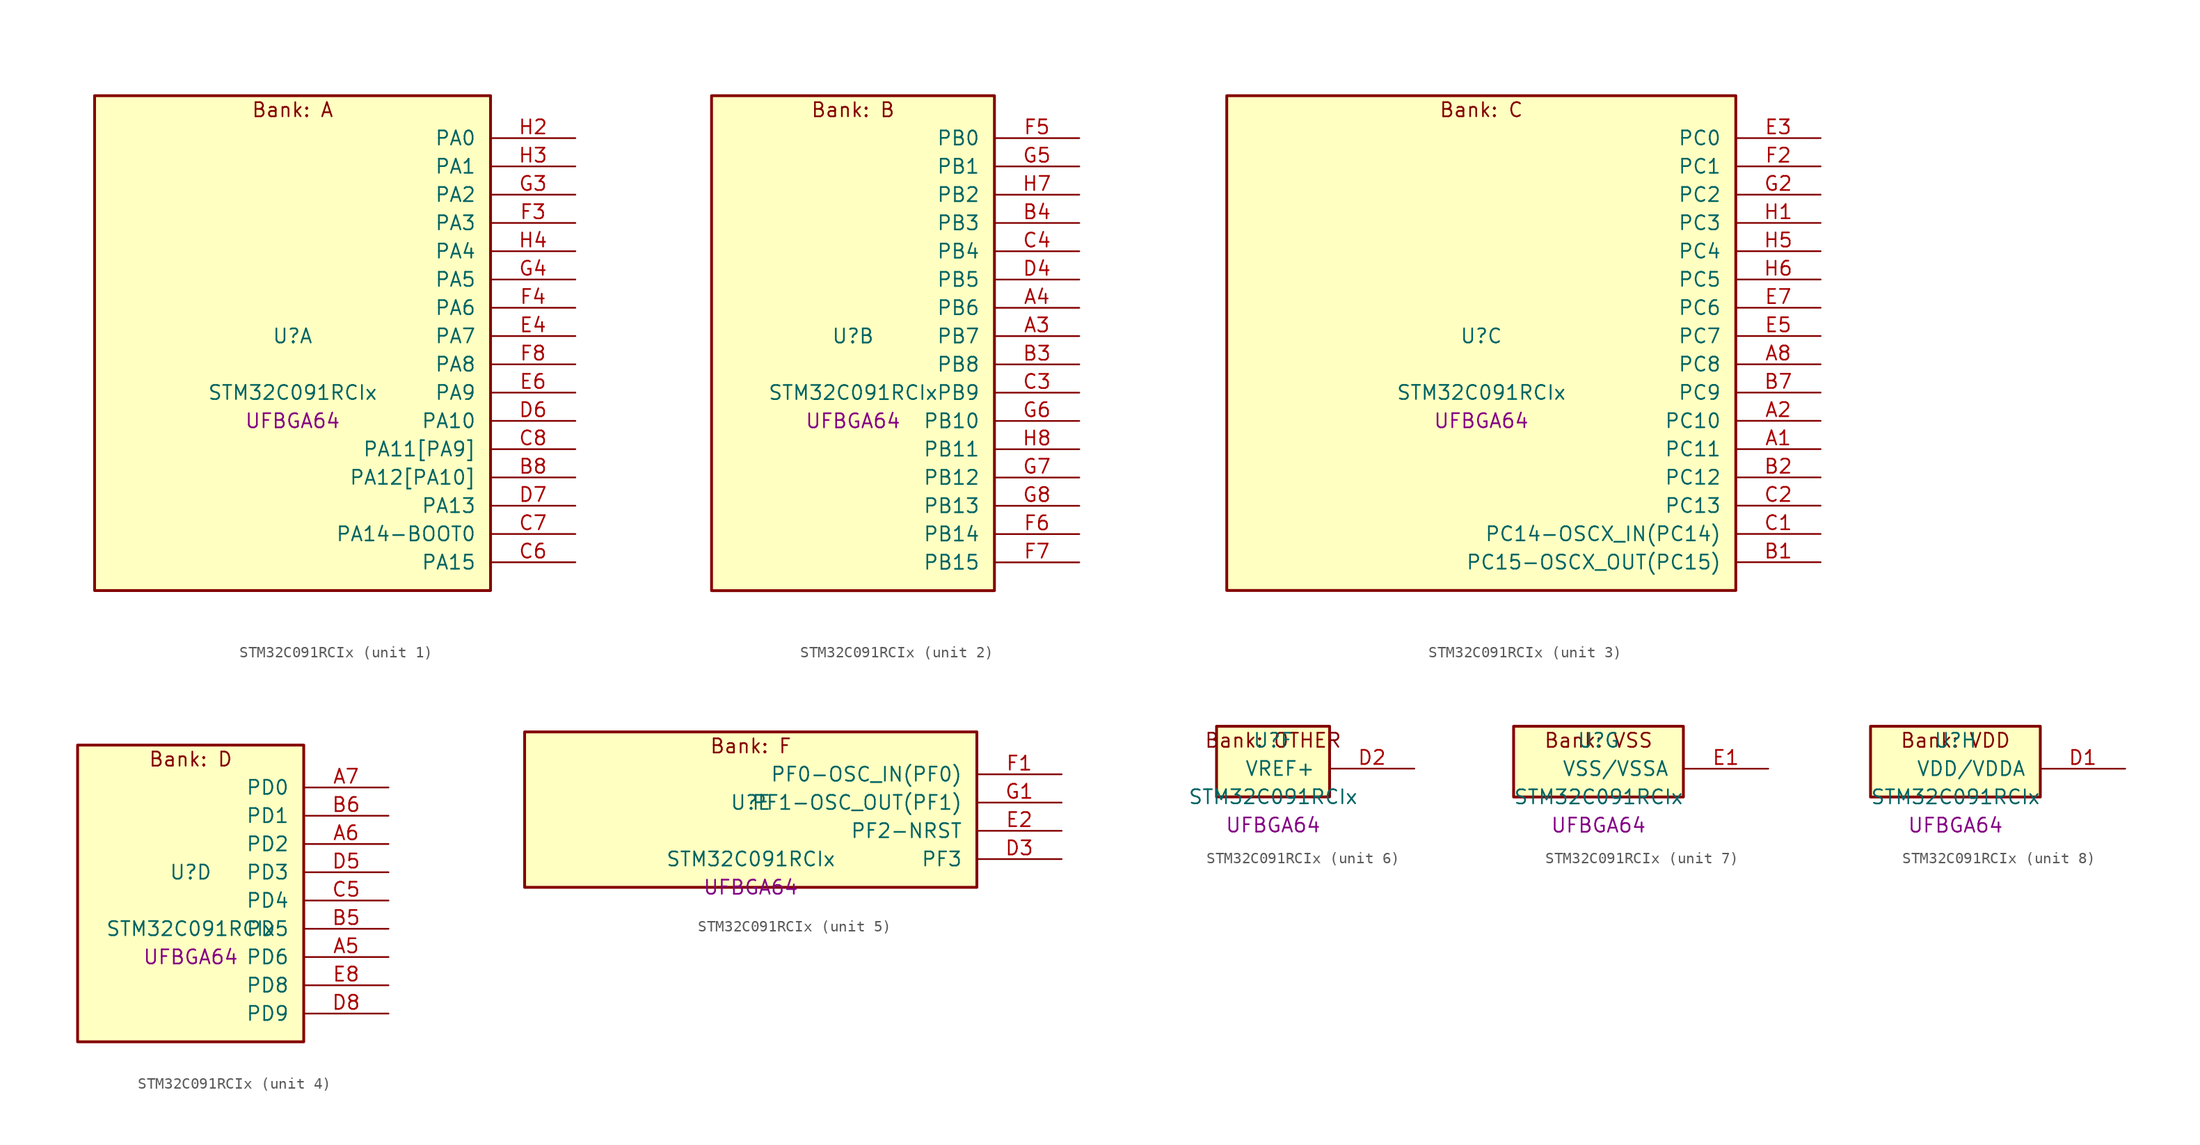
<source format=kicad_sym>
(kicad_symbol_lib
  (version 20241209)
  (generator "stm32_pkl_generator")
  (generator_version "1.0")
  (symbol "STM32C091RCIx"
    (pin_names
      (offset 1.27))
    (property "Reference" "U"
      (at 0 2.54 0))
    (property "Value" "STM32C091RCIx"
      (at 0 -2.54 0))
    (property "Footprint" "UFBGA64"
      (at 0 -5.08 0))
    (symbol "STM32C091RCIx_1_1"
      (rectangle (start -17.78 24.13) (end 17.78 -20.32) (stroke (width 0.254) (type solid)) (fill (type background)))
      (text "Bank: A" (at 0 22.86 0))
      (pin bidirectional line (at 25.4 20.32 180) (length 7.62) (name "PA0") (number "H2") (alternate "PA0/ADC1_IN0" bidirectional line) (alternate "PA0/PWR_WKUP1" bidirectional line) (alternate "PA0/SPI2_SCK" bidirectional line) (alternate "PA0/TIM16_CH1" bidirectional line) (alternate "PA0/TIM1_CH1" bidirectional line) (alternate "PA0/TIM2_CH1" bidirectional line) (alternate "PA0/TIM2_ETR" bidirectional line) (alternate "PA0/USART1_TX" bidirectional line) (alternate "PA0/USART2_CTS" bidirectional line) (alternate "PA0/USART2_NSS" bidirectional line) (alternate "PA0/USART4_TX" bidirectional line))
      (pin bidirectional line (at 25.4 17.78 180) (length 7.62) (name "PA1") (number "H3") (alternate "PA1/ADC1_IN1" bidirectional line) (alternate "PA1/I2C1_SMBA" bidirectional line) (alternate "PA1/I2S1_CK" bidirectional line) (alternate "PA1/SPI1_SCK" bidirectional line) (alternate "PA1/TIM15_CH1N" bidirectional line) (alternate "PA1/TIM17_CH1" bidirectional line) (alternate "PA1/TIM1_CH2" bidirectional line) (alternate "PA1/TIM2_CH2" bidirectional line) (alternate "PA1/USART1_RX" bidirectional line) (alternate "PA1/USART2_CK" bidirectional line) (alternate "PA1/USART2_DE" bidirectional line) (alternate "PA1/USART2_RTS" bidirectional line) (alternate "PA1/USART4_RX" bidirectional line))
      (pin bidirectional line (at 25.4 15.24 180) (length 7.62) (name "PA2") (number "G3") (alternate "PA2/ADC1_IN2" bidirectional line) (alternate "PA2/I2S1_SD" bidirectional line) (alternate "PA2/PWR_WKUP4" bidirectional line) (alternate "PA2/RCC_LSCO" bidirectional line) (alternate "PA2/SPI1_MOSI" bidirectional line) (alternate "PA2/TIM15_CH1" bidirectional line) (alternate "PA2/TIM16_CH1N" bidirectional line) (alternate "PA2/TIM1_CH3" bidirectional line) (alternate "PA2/TIM2_CH3" bidirectional line) (alternate "PA2/TIM3_ETR" bidirectional line) (alternate "PA2/USART2_TX" bidirectional line))
      (pin bidirectional line (at 25.4 12.7 180) (length 7.62) (name "PA3") (number "F3") (alternate "PA3/ADC1_IN3" bidirectional line) (alternate "PA3/SPI2_MISO" bidirectional line) (alternate "PA3/TIM15_CH2" bidirectional line) (alternate "PA3/TIM1_CH1N" bidirectional line) (alternate "PA3/TIM1_CH4" bidirectional line) (alternate "PA3/TIM2_CH4" bidirectional line) (alternate "PA3/USART2_RX" bidirectional line))
      (pin bidirectional line (at 25.4 10.16 180) (length 7.62) (name "PA4") (number "H4") (alternate "PA4/ADC1_IN4" bidirectional line) (alternate "PA4/I2S1_WS" bidirectional line) (alternate "PA4/RTC_OUT2" bidirectional line) (alternate "PA4/SPI1_NSS" bidirectional line) (alternate "PA4/SPI2_MOSI" bidirectional line) (alternate "PA4/TIM14_CH1" bidirectional line) (alternate "PA4/TIM17_CH1N" bidirectional line) (alternate "PA4/TIM1_CH2N" bidirectional line) (alternate "PA4/USART2_TX" bidirectional line))
      (pin bidirectional line (at 25.4 7.62 180) (length 7.62) (name "PA5") (number "G4") (alternate "PA5/ADC1_IN5" bidirectional line) (alternate "PA5/I2S1_CK" bidirectional line) (alternate "PA5/SPI1_SCK" bidirectional line) (alternate "PA5/TIM1_CH1" bidirectional line) (alternate "PA5/TIM1_CH3N" bidirectional line) (alternate "PA5/TIM2_CH1" bidirectional line) (alternate "PA5/TIM2_ETR" bidirectional line) (alternate "PA5/USART2_RX" bidirectional line) (alternate "PA5/USART3_TX" bidirectional line))
      (pin bidirectional line (at 25.4 5.08 180) (length 7.62) (name "PA6") (number "F4") (alternate "PA6/ADC1_IN6" bidirectional line) (alternate "PA6/I2C2_SDA" bidirectional line) (alternate "PA6/I2S1_MCK" bidirectional line) (alternate "PA6/SPI1_MISO" bidirectional line) (alternate "PA6/TIM16_CH1" bidirectional line) (alternate "PA6/TIM1_BKIN" bidirectional line) (alternate "PA6/TIM3_CH1" bidirectional line) (alternate "PA6/USART3_CTS" bidirectional line) (alternate "PA6/USART3_NSS" bidirectional line))
      (pin bidirectional line (at 25.4 2.54 180) (length 7.62) (name "PA7") (number "E4") (alternate "PA7/ADC1_IN7" bidirectional line) (alternate "PA7/I2C2_SCL" bidirectional line) (alternate "PA7/I2S1_SD" bidirectional line) (alternate "PA7/SPI1_MOSI" bidirectional line) (alternate "PA7/TIM14_CH1" bidirectional line) (alternate "PA7/TIM17_CH1" bidirectional line) (alternate "PA7/TIM1_CH1N" bidirectional line) (alternate "PA7/TIM3_CH2" bidirectional line))
      (pin bidirectional line (at 25.4 0 180) (length 7.62) (name "PA8") (number "F8") (alternate "PA8/ADC1_IN8" bidirectional line) (alternate "PA8/I2S1_WS" bidirectional line) (alternate "PA8/RCC_MCO" bidirectional line) (alternate "PA8/RCC_MCO_2" bidirectional line) (alternate "PA8/SPI1_NSS" bidirectional line) (alternate "PA8/SPI2_MISO" bidirectional line) (alternate "PA8/SPI2_NSS" bidirectional line) (alternate "PA8/TIM14_CH1" bidirectional line) (alternate "PA8/TIM1_CH1" bidirectional line) (alternate "PA8/TIM1_CH2N" bidirectional line) (alternate "PA8/TIM1_CH3N" bidirectional line) (alternate "PA8/TIM3_CH3" bidirectional line) (alternate "PA8/TIM3_CH4" bidirectional line) (alternate "PA8/USART1_RX" bidirectional line) (alternate "PA8/USART2_TX" bidirectional line))
      (pin bidirectional line (at 25.4 -2.54 180) (length 7.62) (name "PA9") (number "E6") (alternate "PA9/I2C1_SCL" bidirectional line) (alternate "PA9/I2C2_SCL" bidirectional line) (alternate "PA9/RCC_MCO" bidirectional line) (alternate "PA9/SPI2_MISO" bidirectional line) (alternate "PA9/TIM15_BKIN" bidirectional line) (alternate "PA9/TIM1_CH2" bidirectional line) (alternate "PA9/TIM3_ETR" bidirectional line) (alternate "PA9/USART1_TX" bidirectional line) (alternate "PA9/NC" bidirectional line))
      (pin bidirectional line (at 25.4 -5.08 180) (length 7.62) (name "PA10") (number "D6") (alternate "PA10/I2C1_SDA" bidirectional line) (alternate "PA10/I2C2_SDA" bidirectional line) (alternate "PA10/RCC_MCO_2" bidirectional line) (alternate "PA10/SPI2_MOSI" bidirectional line) (alternate "PA10/TIM17_BKIN" bidirectional line) (alternate "PA10/TIM1_CH3" bidirectional line) (alternate "PA10/USART1_RX" bidirectional line) (alternate "PA10/NC" bidirectional line))
      (pin bidirectional line (at 25.4 -7.62 180) (length 7.62) (name "PA11[PA9]") (number "C8") (alternate "PA11[PA9]/ADC1_EXTI11" bidirectional line) (alternate "PA11[PA9]/I2C2_SCL" bidirectional line) (alternate "PA11[PA9]/I2S1_MCK" bidirectional line) (alternate "PA11[PA9]/SPI1_MISO" bidirectional line) (alternate "PA11[PA9]/TIM1_BKIN2" bidirectional line) (alternate "PA11[PA9]/TIM1_CH4" bidirectional line) (alternate "PA11[PA9]/USART1_CTS" bidirectional line) (alternate "PA11[PA9]/USART1_NSS" bidirectional line) (alternate "PA11[PA9]/PA9[PA11]" bidirectional line) (alternate "PA11[PA9]/I2C1_SCL" bidirectional line) (alternate "PA11[PA9]/RCC_MCO" bidirectional line) (alternate "PA11[PA9]/SPI2_MISO" bidirectional line) (alternate "PA11[PA9]/TIM15_BKIN" bidirectional line) (alternate "PA11[PA9]/TIM1_CH2" bidirectional line) (alternate "PA11[PA9]/TIM3_ETR" bidirectional line) (alternate "PA11[PA9]/USART1_TX" bidirectional line))
      (pin bidirectional line (at 25.4 -10.16 180) (length 7.62) (name "PA12[PA10]") (number "B8") (alternate "PA12[PA10]/I2C2_SDA" bidirectional line) (alternate "PA12[PA10]/I2S1_SD" bidirectional line) (alternate "PA12[PA10]/I2S_CKIN" bidirectional line) (alternate "PA12[PA10]/SPI1_MOSI" bidirectional line) (alternate "PA12[PA10]/TIM1_ETR" bidirectional line) (alternate "PA12[PA10]/USART1_CK" bidirectional line) (alternate "PA12[PA10]/USART1_DE" bidirectional line) (alternate "PA12[PA10]/USART1_RTS" bidirectional line) (alternate "PA12[PA10]/PA10[PA12]" bidirectional line) (alternate "PA12[PA10]/I2C1_SDA" bidirectional line) (alternate "PA12[PA10]/RCC_MCO_2" bidirectional line) (alternate "PA12[PA10]/SPI2_MOSI" bidirectional line) (alternate "PA12[PA10]/TIM17_BKIN" bidirectional line) (alternate "PA12[PA10]/TIM1_CH3" bidirectional line) (alternate "PA12[PA10]/USART1_RX" bidirectional line))
      (pin bidirectional line (at 25.4 -12.7 180) (length 7.62) (name "PA13") (number "D7") (alternate "PA13/ADC1_IN13" bidirectional line) (alternate "PA13/DEBUG_SWDIO" bidirectional line) (alternate "PA13/IR_OUT" bidirectional line) (alternate "PA13/TIM3_ETR" bidirectional line) (alternate "PA13/USART2_RX" bidirectional line))
      (pin bidirectional line (at 25.4 -15.24 180) (length 7.62) (name "PA14-BOOT0") (number "C7") (alternate "PA14-BOOT0/ADC1_IN14" bidirectional line) (alternate "PA14-BOOT0/BOOT0" bidirectional line) (alternate "PA14-BOOT0/DEBUG_SWCLK" bidirectional line) (alternate "PA14-BOOT0/I2S1_WS" bidirectional line) (alternate "PA14-BOOT0/RCC_MCO_2" bidirectional line) (alternate "PA14-BOOT0/SPI1_NSS" bidirectional line) (alternate "PA14-BOOT0/TIM1_CH1" bidirectional line) (alternate "PA14-BOOT0/USART1_CK" bidirectional line) (alternate "PA14-BOOT0/USART1_DE" bidirectional line) (alternate "PA14-BOOT0/USART1_RTS" bidirectional line) (alternate "PA14-BOOT0/USART2_RX" bidirectional line) (alternate "PA14-BOOT0/USART2_TX" bidirectional line))
      (pin bidirectional line (at 25.4 -17.78 180) (length 7.62) (name "PA15") (number "C6") (alternate "PA15/I2S1_WS" bidirectional line) (alternate "PA15/RCC_MCO_2" bidirectional line) (alternate "PA15/SPI1_NSS" bidirectional line) (alternate "PA15/TIM1_CH1" bidirectional line) (alternate "PA15/TIM2_CH1" bidirectional line) (alternate "PA15/TIM2_ETR" bidirectional line) (alternate "PA15/USART1_CK" bidirectional line) (alternate "PA15/USART1_DE" bidirectional line) (alternate "PA15/USART1_RTS" bidirectional line) (alternate "PA15/USART2_RX" bidirectional line) (alternate "PA15/USART3_CK" bidirectional line) (alternate "PA15/USART3_DE" bidirectional line) (alternate "PA15/USART3_RTS" bidirectional line) (alternate "PA15/USART4_CK" bidirectional line) (alternate "PA15/USART4_DE" bidirectional line) (alternate "PA15/USART4_RTS" bidirectional line)))
    (symbol "STM32C091RCIx_2_1"
      (rectangle (start -12.7 24.13) (end 12.7 -20.32) (stroke (width 0.254) (type solid)) (fill (type background)))
      (text "Bank: B" (at 0 22.86 0))
      (pin bidirectional line (at 20.32 20.32 180) (length 7.62) (name "PB0") (number "F5") (alternate "PB0/ADC1_IN17" bidirectional line) (alternate "PB0/I2S1_WS" bidirectional line) (alternate "PB0/SPI1_NSS" bidirectional line) (alternate "PB0/TIM1_CH2N" bidirectional line) (alternate "PB0/TIM3_CH3" bidirectional line) (alternate "PB0/USART3_RX" bidirectional line))
      (pin bidirectional line (at 20.32 17.78 180) (length 7.62) (name "PB1") (number "G5") (alternate "PB1/ADC1_IN18" bidirectional line) (alternate "PB1/TIM14_CH1" bidirectional line) (alternate "PB1/TIM1_CH2N" bidirectional line) (alternate "PB1/TIM1_CH3N" bidirectional line) (alternate "PB1/TIM3_CH4" bidirectional line) (alternate "PB1/USART3_CK" bidirectional line) (alternate "PB1/USART3_DE" bidirectional line) (alternate "PB1/USART3_RTS" bidirectional line))
      (pin bidirectional line (at 20.32 15.24 180) (length 7.62) (name "PB2") (number "H7") (alternate "PB2/ADC1_IN19" bidirectional line) (alternate "PB2/RCC_MCO_2" bidirectional line) (alternate "PB2/SPI2_MISO" bidirectional line) (alternate "PB2/USART1_RX" bidirectional line) (alternate "PB2/USART3_TX" bidirectional line))
      (pin bidirectional line (at 20.32 12.7 180) (length 7.62) (name "PB3") (number "B4") (alternate "PB3/I2C2_SCL" bidirectional line) (alternate "PB3/I2S1_CK" bidirectional line) (alternate "PB3/SPI1_SCK" bidirectional line) (alternate "PB3/TIM1_CH2" bidirectional line) (alternate "PB3/TIM2_CH2" bidirectional line) (alternate "PB3/TIM3_CH2" bidirectional line) (alternate "PB3/USART1_CK" bidirectional line) (alternate "PB3/USART1_DE" bidirectional line) (alternate "PB3/USART1_RTS" bidirectional line))
      (pin bidirectional line (at 20.32 10.16 180) (length 7.62) (name "PB4") (number "C4") (alternate "PB4/I2C2_SDA" bidirectional line) (alternate "PB4/I2S1_MCK" bidirectional line) (alternate "PB4/SPI1_MISO" bidirectional line) (alternate "PB4/TIM17_BKIN" bidirectional line) (alternate "PB4/TIM3_CH1" bidirectional line) (alternate "PB4/USART1_CTS" bidirectional line) (alternate "PB4/USART1_NSS" bidirectional line))
      (pin bidirectional line (at 20.32 7.62 180) (length 7.62) (name "PB5") (number "D4") (alternate "PB5/I2C1_SMBA" bidirectional line) (alternate "PB5/I2S1_SD" bidirectional line) (alternate "PB5/PWR_WKUP6" bidirectional line) (alternate "PB5/SPI1_MOSI" bidirectional line) (alternate "PB5/TIM16_BKIN" bidirectional line) (alternate "PB5/TIM3_CH2" bidirectional line) (alternate "PB5/TIM3_CH3" bidirectional line))
      (pin bidirectional line (at 20.32 5.08 180) (length 7.62) (name "PB6") (number "A4") (alternate "PB6/I2C1_SCL" bidirectional line) (alternate "PB6/I2C1_SMBA" bidirectional line) (alternate "PB6/I2S1_CK" bidirectional line) (alternate "PB6/I2S1_MCK" bidirectional line) (alternate "PB6/I2S1_SD" bidirectional line) (alternate "PB6/PWR_WKUP3" bidirectional line) (alternate "PB6/SPI1_MISO" bidirectional line) (alternate "PB6/SPI1_MOSI" bidirectional line) (alternate "PB6/SPI1_SCK" bidirectional line) (alternate "PB6/SPI2_MISO" bidirectional line) (alternate "PB6/TIM16_BKIN" bidirectional line) (alternate "PB6/TIM16_CH1N" bidirectional line) (alternate "PB6/TIM1_CH2" bidirectional line) (alternate "PB6/TIM1_CH3" bidirectional line) (alternate "PB6/TIM3_CH1" bidirectional line) (alternate "PB6/TIM3_CH2" bidirectional line) (alternate "PB6/TIM3_CH3" bidirectional line) (alternate "PB6/USART1_CTS" bidirectional line) (alternate "PB6/USART1_NSS" bidirectional line) (alternate "PB6/USART1_TX" bidirectional line))
      (pin bidirectional line (at 20.32 2.54 180) (length 7.62) (name "PB7") (number "A3") (alternate "PB7/I2C1_SCL" bidirectional line) (alternate "PB7/I2C1_SDA" bidirectional line) (alternate "PB7/SPI2_MOSI" bidirectional line) (alternate "PB7/TIM16_CH1" bidirectional line) (alternate "PB7/TIM17_CH1N" bidirectional line) (alternate "PB7/TIM1_CH4" bidirectional line) (alternate "PB7/TIM3_CH1" bidirectional line) (alternate "PB7/TIM3_CH4" bidirectional line) (alternate "PB7/USART1_RX" bidirectional line) (alternate "PB7/USART2_CTS" bidirectional line) (alternate "PB7/USART2_NSS" bidirectional line) (alternate "PB7/USART4_CTS" bidirectional line) (alternate "PB7/USART4_NSS" bidirectional line))
      (pin bidirectional line (at 20.32 0 180) (length 7.62) (name "PB8") (number "B3") (alternate "PB8/I2C1_SCL" bidirectional line) (alternate "PB8/SPI2_SCK" bidirectional line) (alternate "PB8/TIM15_BKIN" bidirectional line) (alternate "PB8/TIM16_CH1" bidirectional line) (alternate "PB8/TIM3_CH1" bidirectional line) (alternate "PB8/USART2_CTS" bidirectional line) (alternate "PB8/USART2_NSS" bidirectional line) (alternate "PB8/USART3_TX" bidirectional line))
      (pin bidirectional line (at 20.32 -2.54 180) (length 7.62) (name "PB9") (number "C3") (alternate "PB9/I2C1_SDA" bidirectional line) (alternate "PB9/IR_OUT" bidirectional line) (alternate "PB9/SPI2_NSS" bidirectional line) (alternate "PB9/TIM17_CH1" bidirectional line) (alternate "PB9/TIM3_CH2" bidirectional line) (alternate "PB9/USART2_CK" bidirectional line) (alternate "PB9/USART2_DE" bidirectional line) (alternate "PB9/USART2_RTS" bidirectional line) (alternate "PB9/USART3_RX" bidirectional line))
      (pin bidirectional line (at 20.32 -5.08 180) (length 7.62) (name "PB10") (number "G6") (alternate "PB10/ADC1_IN20" bidirectional line) (alternate "PB10/I2C2_SCL" bidirectional line) (alternate "PB10/SPI2_SCK" bidirectional line) (alternate "PB10/TIM2_CH3" bidirectional line) (alternate "PB10/USART3_TX" bidirectional line))
      (pin bidirectional line (at 20.32 -7.62 180) (length 7.62) (name "PB11") (number "H8") (alternate "PB11/ADC1_EXTI11" bidirectional line) (alternate "PB11/ADC1_IN21" bidirectional line) (alternate "PB11/I2C2_SDA" bidirectional line) (alternate "PB11/SPI2_MOSI" bidirectional line) (alternate "PB11/TIM2_CH4" bidirectional line) (alternate "PB11/USART3_RX" bidirectional line))
      (pin bidirectional line (at 20.32 -10.16 180) (length 7.62) (name "PB12") (number "G7") (alternate "PB12/ADC1_IN22" bidirectional line) (alternate "PB12/SPI2_NSS" bidirectional line) (alternate "PB12/TIM15_BKIN" bidirectional line) (alternate "PB12/TIM1_BKIN" bidirectional line) (alternate "PB12/TIM1_BKIN2" bidirectional line))
      (pin bidirectional line (at 20.32 -12.7 180) (length 7.62) (name "PB13") (number "G8") (alternate "PB13/I2C2_SCL" bidirectional line) (alternate "PB13/SPI2_SCK" bidirectional line) (alternate "PB13/TIM15_CH1N" bidirectional line) (alternate "PB13/TIM1_CH1N" bidirectional line) (alternate "PB13/USART3_CTS" bidirectional line) (alternate "PB13/USART3_NSS" bidirectional line))
      (pin bidirectional line (at 20.32 -15.24 180) (length 7.62) (name "PB14") (number "F6") (alternate "PB14/I2C2_SDA" bidirectional line) (alternate "PB14/SPI2_MISO" bidirectional line) (alternate "PB14/TIM15_CH1" bidirectional line) (alternate "PB14/TIM1_CH2N" bidirectional line) (alternate "PB14/USART3_CK" bidirectional line) (alternate "PB14/USART3_DE" bidirectional line) (alternate "PB14/USART3_RTS" bidirectional line))
      (pin bidirectional line (at 20.32 -17.78 180) (length 7.62) (name "PB15") (number "F7") (alternate "PB15/RTC_REFIN" bidirectional line) (alternate "PB15/SPI2_MOSI" bidirectional line) (alternate "PB15/TIM15_CH1N" bidirectional line) (alternate "PB15/TIM15_CH2" bidirectional line) (alternate "PB15/TIM1_CH3N" bidirectional line)))
    (symbol "STM32C091RCIx_3_1"
      (rectangle (start -22.86 24.13) (end 22.86 -20.32) (stroke (width 0.254) (type solid)) (fill (type background)))
      (text "Bank: C" (at 0 22.86 0))
      (pin bidirectional line (at 30.48 20.32 180) (length 7.62) (name "PC0") (number "E3") (alternate "PC0/USART3_TX" bidirectional line) (alternate "PC0/USART4_RX" bidirectional line))
      (pin bidirectional line (at 30.48 17.78 180) (length 7.62) (name "PC1") (number "F2") (alternate "PC1/TIM15_CH1" bidirectional line) (alternate "PC1/USART3_RX" bidirectional line) (alternate "PC1/USART4_TX" bidirectional line))
      (pin bidirectional line (at 30.48 15.24 180) (length 7.62) (name "PC2") (number "G2") (alternate "PC2/SPI2_MISO" bidirectional line) (alternate "PC2/TIM15_CH2" bidirectional line))
      (pin bidirectional line (at 30.48 12.7 180) (length 7.62) (name "PC3") (number "H1") (alternate "PC3/SPI2_MOSI" bidirectional line))
      (pin bidirectional line (at 30.48 10.16 180) (length 7.62) (name "PC4") (number "H5") (alternate "PC4/ADC1_IN11" bidirectional line) (alternate "PC4/TIM2_CH1" bidirectional line) (alternate "PC4/TIM2_ETR" bidirectional line) (alternate "PC4/USART1_TX" bidirectional line) (alternate "PC4/USART3_TX" bidirectional line))
      (pin bidirectional line (at 30.48 7.62 180) (length 7.62) (name "PC5") (number "H6") (alternate "PC5/ADC1_IN12" bidirectional line) (alternate "PC5/PWR_WKUP5" bidirectional line) (alternate "PC5/TIM2_CH2" bidirectional line) (alternate "PC5/USART1_RX" bidirectional line) (alternate "PC5/USART3_RX" bidirectional line))
      (pin bidirectional line (at 30.48 5.08 180) (length 7.62) (name "PC6") (number "E7") (alternate "PC6/TIM2_CH3" bidirectional line) (alternate "PC6/TIM3_CH1" bidirectional line))
      (pin bidirectional line (at 30.48 2.54 180) (length 7.62) (name "PC7") (number "E5") (alternate "PC7/TIM2_CH4" bidirectional line) (alternate "PC7/TIM3_CH2" bidirectional line))
      (pin bidirectional line (at 30.48 0 180) (length 7.62) (name "PC8") (number "A8") (alternate "PC8/TIM1_CH1" bidirectional line) (alternate "PC8/TIM3_CH3" bidirectional line))
      (pin bidirectional line (at 30.48 -2.54 180) (length 7.62) (name "PC9") (number "B7") (alternate "PC9/I2S_CKIN" bidirectional line) (alternate "PC9/TIM1_CH2" bidirectional line) (alternate "PC9/TIM3_CH4" bidirectional line))
      (pin bidirectional line (at 30.48 -5.08 180) (length 7.62) (name "PC10") (number "A2") (alternate "PC10/TIM1_CH3" bidirectional line) (alternate "PC10/USART3_TX" bidirectional line) (alternate "PC10/USART4_TX" bidirectional line))
      (pin bidirectional line (at 30.48 -7.62 180) (length 7.62) (name "PC11") (number "A1") (alternate "PC11/ADC1_EXTI11" bidirectional line) (alternate "PC11/TIM1_CH4" bidirectional line) (alternate "PC11/USART3_RX" bidirectional line) (alternate "PC11/USART4_RX" bidirectional line))
      (pin bidirectional line (at 30.48 -10.16 180) (length 7.62) (name "PC12") (number "B2") (alternate "PC12/TIM14_CH1" bidirectional line))
      (pin bidirectional line (at 30.48 -12.7 180) (length 7.62) (name "PC13") (number "C2") (alternate "PC13/PWR_WKUP2" bidirectional line) (alternate "PC13/RTC_OUT1" bidirectional line) (alternate "PC13/RTC_TS" bidirectional line) (alternate "PC13/TIM1_BKIN" bidirectional line) (alternate "PC13/TIM1_ETR" bidirectional line))
      (pin bidirectional line (at 30.48 -15.24 180) (length 7.62) (name "PC14-OSCX_IN(PC14)") (number "C1") (alternate "PC14-OSCX_IN(PC14)/I2C1_SDA" bidirectional line) (alternate "PC14-OSCX_IN(PC14)/IR_OUT" bidirectional line) (alternate "PC14-OSCX_IN(PC14)/RCC_OSCX_IN" bidirectional line) (alternate "PC14-OSCX_IN(PC14)/SPI2_NSS" bidirectional line) (alternate "PC14-OSCX_IN(PC14)/TIM17_CH1" bidirectional line) (alternate "PC14-OSCX_IN(PC14)/TIM1_BKIN2" bidirectional line) (alternate "PC14-OSCX_IN(PC14)/TIM1_ETR" bidirectional line) (alternate "PC14-OSCX_IN(PC14)/TIM3_CH2" bidirectional line) (alternate "PC14-OSCX_IN(PC14)/USART1_TX" bidirectional line) (alternate "PC14-OSCX_IN(PC14)/USART2_CK" bidirectional line) (alternate "PC14-OSCX_IN(PC14)/USART2_DE" bidirectional line) (alternate "PC14-OSCX_IN(PC14)/USART2_RTS" bidirectional line) (alternate "PC14-OSCX_IN(PC14)/USART3_TX" bidirectional line))
      (pin bidirectional line (at 30.48 -17.78 180) (length 7.62) (name "PC15-OSCX_OUT(PC15)") (number "B1") (alternate "PC15-OSCX_OUT(PC15)/RCC_OSC32_EN" bidirectional line) (alternate "PC15-OSCX_OUT(PC15)/RCC_OSCX_OUT" bidirectional line) (alternate "PC15-OSCX_OUT(PC15)/RCC_OSC_EN" bidirectional line) (alternate "PC15-OSCX_OUT(PC15)/TIM15_BKIN" bidirectional line) (alternate "PC15-OSCX_OUT(PC15)/TIM1_ETR" bidirectional line) (alternate "PC15-OSCX_OUT(PC15)/TIM3_CH3" bidirectional line)))
    (symbol "STM32C091RCIx_4_1"
      (rectangle (start -10.16 13.97) (end 10.16 -12.7) (stroke (width 0.254) (type solid)) (fill (type background)))
      (text "Bank: D" (at 0 12.7 0))
      (pin bidirectional line (at 17.78 10.16 180) (length 7.62) (name "PD0") (number "A7") (alternate "PD0/SPI2_NSS" bidirectional line) (alternate "PD0/TIM16_CH1" bidirectional line))
      (pin bidirectional line (at 17.78 7.62 180) (length 7.62) (name "PD1") (number "B6") (alternate "PD1/SPI2_SCK" bidirectional line) (alternate "PD1/TIM17_CH1" bidirectional line))
      (pin bidirectional line (at 17.78 5.08 180) (length 7.62) (name "PD2") (number "A6") (alternate "PD2/TIM1_CH1N" bidirectional line) (alternate "PD2/TIM3_ETR" bidirectional line) (alternate "PD2/USART3_CK" bidirectional line) (alternate "PD2/USART3_DE" bidirectional line) (alternate "PD2/USART3_RTS" bidirectional line))
      (pin bidirectional line (at 17.78 2.54 180) (length 7.62) (name "PD3") (number "D5") (alternate "PD3/SPI2_MISO" bidirectional line) (alternate "PD3/TIM1_CH2N" bidirectional line) (alternate "PD3/USART2_CTS" bidirectional line) (alternate "PD3/USART2_NSS" bidirectional line))
      (pin bidirectional line (at 17.78 0 180) (length 7.62) (name "PD4") (number "C5") (alternate "PD4/SPI2_MOSI" bidirectional line) (alternate "PD4/TIM1_CH3N" bidirectional line) (alternate "PD4/USART2_CK" bidirectional line) (alternate "PD4/USART2_DE" bidirectional line) (alternate "PD4/USART2_RTS" bidirectional line))
      (pin bidirectional line (at 17.78 -2.54 180) (length 7.62) (name "PD5") (number "B5") (alternate "PD5/I2S1_MCK" bidirectional line) (alternate "PD5/SPI1_MISO" bidirectional line) (alternate "PD5/TIM1_BKIN" bidirectional line) (alternate "PD5/USART2_TX" bidirectional line))
      (pin bidirectional line (at 17.78 -5.08 180) (length 7.62) (name "PD6") (number "A5") (alternate "PD6/I2S1_SD" bidirectional line) (alternate "PD6/SPI1_MOSI" bidirectional line) (alternate "PD6/USART2_RX" bidirectional line))
      (pin bidirectional line (at 17.78 -7.62 180) (length 7.62) (name "PD8") (number "E8") (alternate "PD8/I2S1_CK" bidirectional line) (alternate "PD8/SPI1_SCK" bidirectional line) (alternate "PD8/USART3_TX" bidirectional line))
      (pin bidirectional line (at 17.78 -10.16 180) (length 7.62) (name "PD9") (number "D8") (alternate "PD9/I2S1_WS" bidirectional line) (alternate "PD9/SPI1_NSS" bidirectional line) (alternate "PD9/TIM1_BKIN2" bidirectional line) (alternate "PD9/USART3_RX" bidirectional line)))
    (symbol "STM32C091RCIx_5_1"
      (rectangle (start -20.32 8.89) (end 20.32 -5.08) (stroke (width 0.254) (type solid)) (fill (type background)))
      (text "Bank: F" (at 0 7.62 0))
      (pin bidirectional line (at 27.94 5.08 180) (length 7.62) (name "PF0-OSC_IN(PF0)") (number "F1") (alternate "PF0-OSC_IN(PF0)/RCC_OSC_IN" bidirectional line) (alternate "PF0-OSC_IN(PF0)/TIM14_CH1" bidirectional line))
      (pin bidirectional line (at 27.94 2.54 180) (length 7.62) (name "PF1-OSC_OUT(PF1)") (number "G1") (alternate "PF1-OSC_OUT(PF1)/RCC_OSC_EN" bidirectional line) (alternate "PF1-OSC_OUT(PF1)/RCC_OSC_OUT" bidirectional line) (alternate "PF1-OSC_OUT(PF1)/TIM15_CH1N" bidirectional line))
      (pin bidirectional line (at 27.94 0 180) (length 7.62) (name "PF2-NRST") (number "E2") (alternate "PF2-NRST/RCC_MCO" bidirectional line) (alternate "PF2-NRST/TIM1_CH4" bidirectional line))
      (pin bidirectional line (at 27.94 -2.54 180) (length 7.62) (name "PF3") (number "D3")))
    (symbol "STM32C091RCIx_6_1"
      (rectangle (start -5.08 3.81) (end 5.08 -2.54) (stroke (width 0.254) (type solid)) (fill (type background)))
      (text "Bank: OTHER" (at 0 2.54 0))
      (pin bidirectional line (at 12.7 0 180) (length 7.62) (name "VREF+") (number "D2")))
    (symbol "STM32C091RCIx_7_1"
      (rectangle (start -7.62 3.81) (end 7.62 -2.54) (stroke (width 0.254) (type solid)) (fill (type background)))
      (text "Bank: VSS" (at 0 2.54 0))
      (pin power_in line (at 15.24 0 180) (length 7.62) (name "VSS/VSSA") (number "E1")))
    (symbol "STM32C091RCIx_8_1"
      (rectangle (start -7.62 3.81) (end 7.62 -2.54) (stroke (width 0.254) (type solid)) (fill (type background)))
      (text "Bank: VDD" (at 0 2.54 0))
      (pin power_in line (at 15.24 0 180) (length 7.62) (name "VDD/VDDA") (number "D1")))))
</source>
